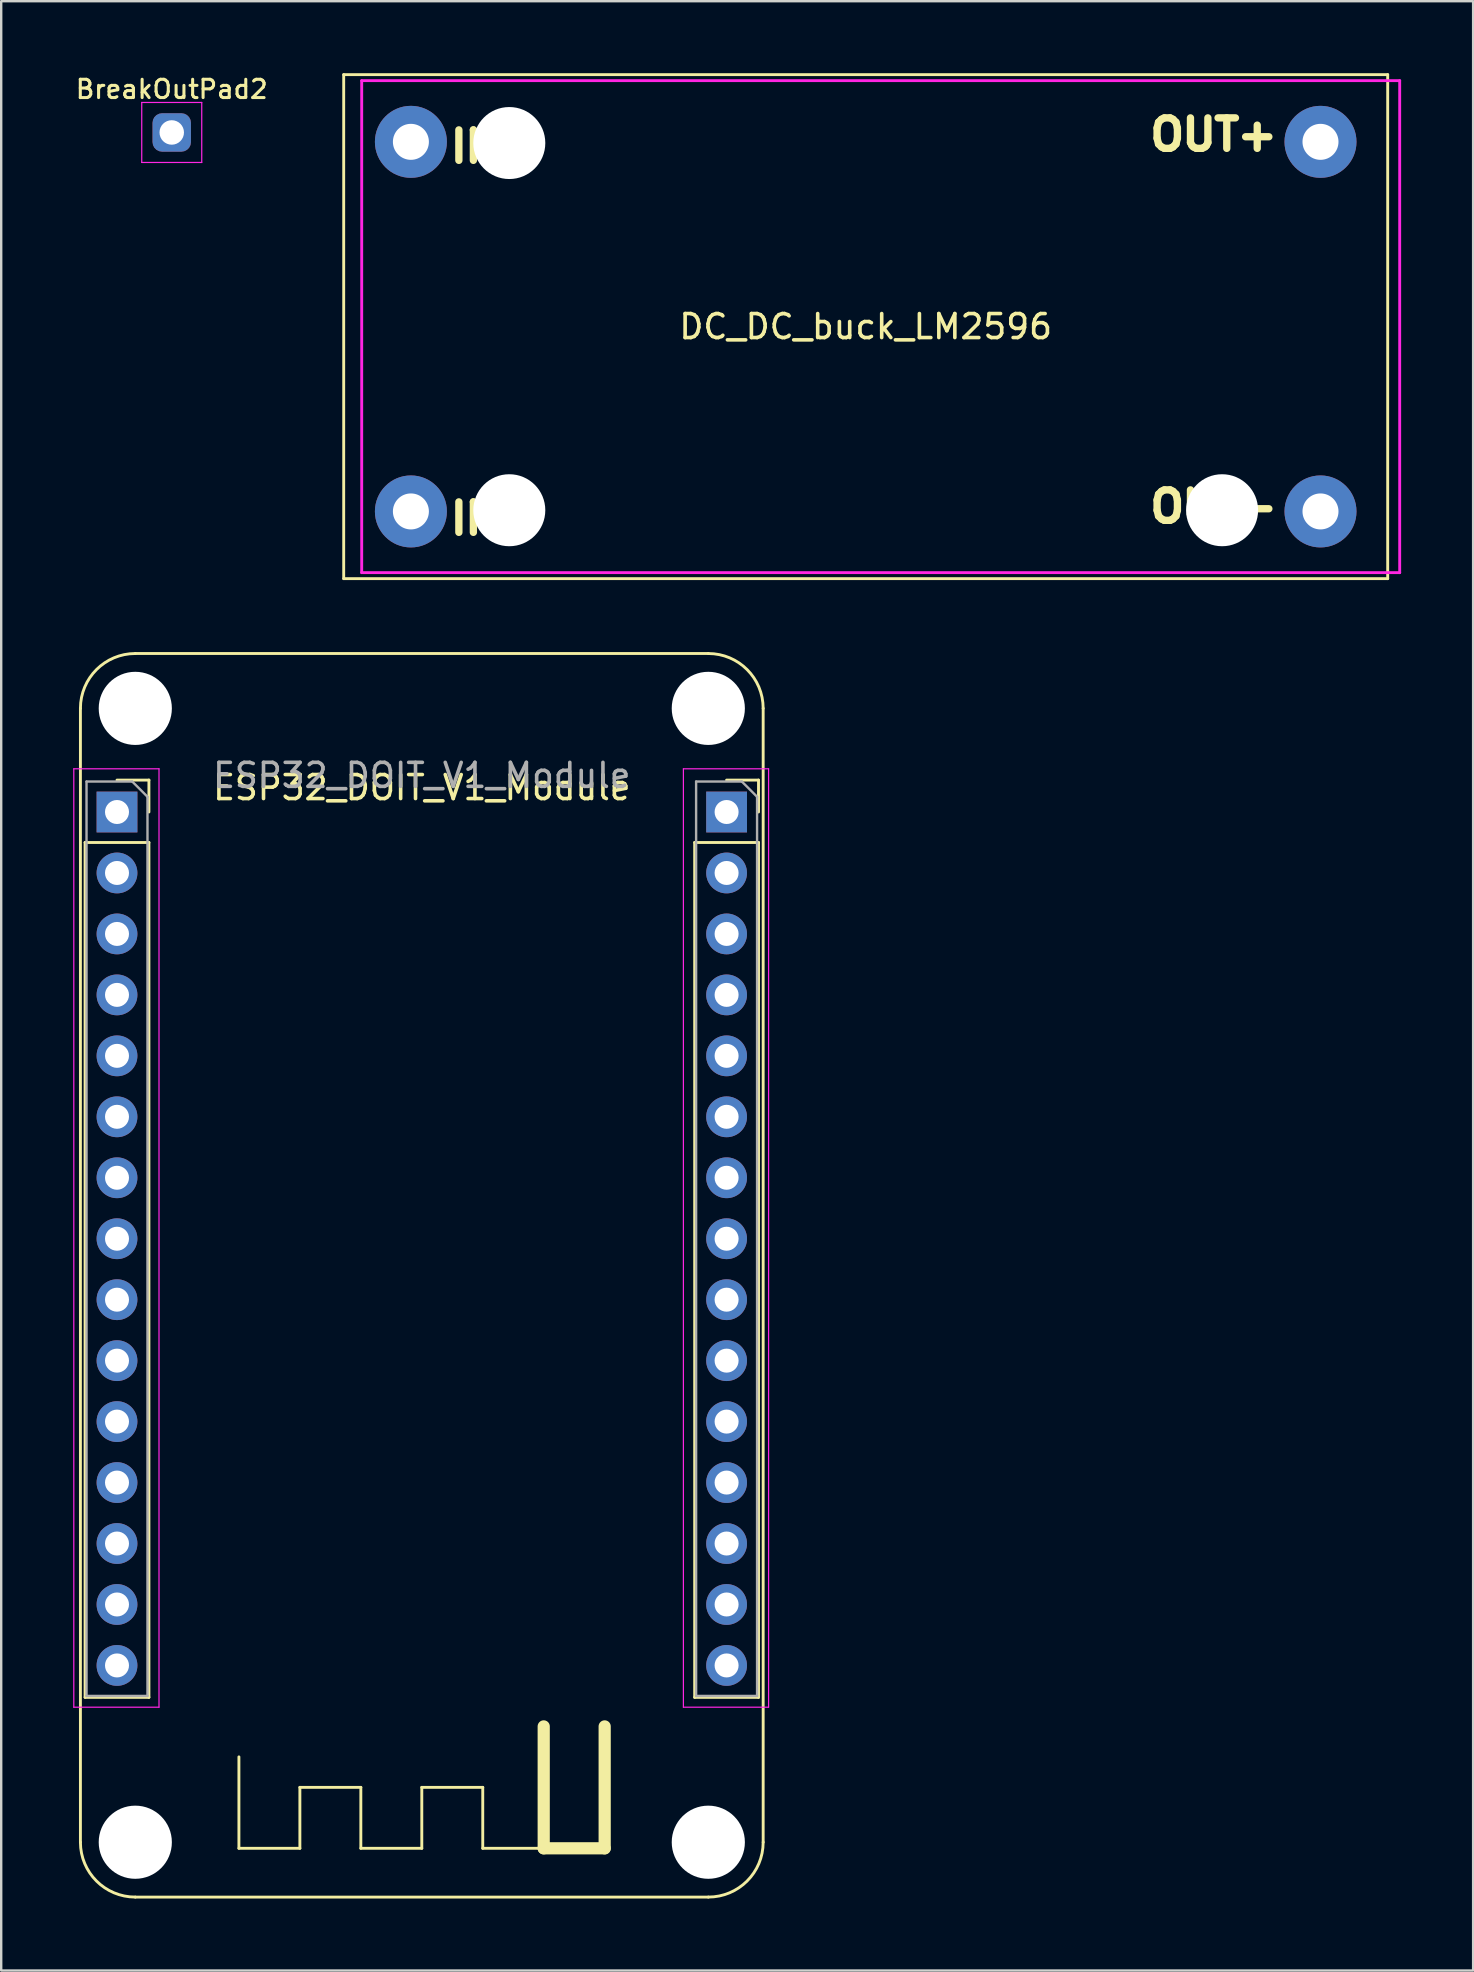
<source format=kicad_pcb>
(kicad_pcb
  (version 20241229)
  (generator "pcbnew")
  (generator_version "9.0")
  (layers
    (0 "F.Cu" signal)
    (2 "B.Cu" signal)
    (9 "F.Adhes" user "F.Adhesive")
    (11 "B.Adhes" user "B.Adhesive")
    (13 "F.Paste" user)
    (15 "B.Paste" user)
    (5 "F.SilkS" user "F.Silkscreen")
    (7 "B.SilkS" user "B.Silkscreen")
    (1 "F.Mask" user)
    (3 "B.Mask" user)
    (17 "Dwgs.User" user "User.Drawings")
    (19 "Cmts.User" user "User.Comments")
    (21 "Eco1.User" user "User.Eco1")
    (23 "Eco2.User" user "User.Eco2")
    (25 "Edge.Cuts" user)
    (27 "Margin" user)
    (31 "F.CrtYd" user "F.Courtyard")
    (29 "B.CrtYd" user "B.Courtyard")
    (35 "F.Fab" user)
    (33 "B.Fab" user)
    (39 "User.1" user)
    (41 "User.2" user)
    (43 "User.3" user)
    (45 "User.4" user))
  (footprint "ESP32_DOIT_V1_Module"
    (layer "F.Cu")
    (at 14.525 30.784)
    (property "Reference" "ESP32_DOIT_V1_Module" (at 0 -1.016 0) (layer "F.SilkS") (effects (font (size 1 1) (thickness 0.15))))
    (attr through_hole)
    (fp_line (start -14.224 -4.318) (end -14.224 42.926) (stroke (width 0.12) (type solid)) (layer "F.SilkS"))
    (fp_line (start -14.03 1.27) (end -14.03 36.89) (stroke (width 0.12) (type solid)) (layer "F.SilkS"))
    (fp_line (start -14.03 1.27) (end -11.37 1.27) (stroke (width 0.12) (type solid)) (layer "F.SilkS"))
    (fp_line (start -14.03 36.89) (end -11.37 36.89) (stroke (width 0.12) (type solid)) (layer "F.SilkS"))
    (fp_line (start -12.7 -1.33) (end -11.37 -1.33) (stroke (width 0.12) (type solid)) (layer "F.SilkS"))
    (fp_line (start -11.938 -6.604) (end 11.938 -6.604) (stroke (width 0.12) (type solid)) (layer "F.SilkS"))
    (fp_line (start -11.938 45.212) (end 11.938 45.212) (stroke (width 0.12) (type solid)) (layer "F.SilkS"))
    (fp_line (start -11.37 -1.33) (end -11.37 0) (stroke (width 0.12) (type solid)) (layer "F.SilkS"))
    (fp_line (start -11.37 1.27) (end -11.37 36.89) (stroke (width 0.12) (type solid)) (layer "F.SilkS"))
    (fp_line (start -7.62 43.18) (end -7.62 39.37) (stroke (width 0.12) (type solid)) (layer "F.SilkS"))
    (fp_line (start -5.08 40.64) (end -5.08 43.18) (stroke (width 0.12) (type solid)) (layer "F.SilkS"))
    (fp_line (start -5.08 43.18) (end -7.62 43.18) (stroke (width 0.12) (type solid)) (layer "F.SilkS"))
    (fp_line (start -2.54 40.64) (end -5.08 40.64) (stroke (width 0.12) (type solid)) (layer "F.SilkS"))
    (fp_line (start -2.54 43.18) (end -2.54 40.64) (stroke (width 0.12) (type solid)) (layer "F.SilkS"))
    (fp_line (start 0 40.64) (end 0 43.18) (stroke (width 0.12) (type solid)) (layer "F.SilkS"))
    (fp_line (start 0 43.18) (end -2.54 43.18) (stroke (width 0.12) (type solid)) (layer "F.SilkS"))
    (fp_line (start 2.54 40.64) (end 0 40.64) (stroke (width 0.12) (type solid)) (layer "F.SilkS"))
    (fp_line (start 2.54 43.18) (end 2.54 40.64) (stroke (width 0.12) (type solid)) (layer "F.SilkS"))
    (fp_line (start 5.08 43.18) (end 2.54 43.18) (stroke (width 0.12) (type solid)) (layer "F.SilkS"))
    (fp_line (start 5.08 43.18) (end 5.08 38.1) (stroke (width 0.508) (type solid)) (layer "F.SilkS"))
    (fp_line (start 7.62 38.1) (end 7.62 43.18) (stroke (width 0.508) (type solid)) (layer "F.SilkS"))
    (fp_line (start 7.62 43.18) (end 5.08 43.18) (stroke (width 0.508) (type solid)) (layer "F.SilkS"))
    (fp_line (start 11.37 1.27) (end 11.37 36.89) (stroke (width 0.12) (type solid)) (layer "F.SilkS"))
    (fp_line (start 11.37 1.27) (end 14.03 1.27) (stroke (width 0.12) (type solid)) (layer "F.SilkS"))
    (fp_line (start 11.37 36.89) (end 14.03 36.89) (stroke (width 0.12) (type solid)) (layer "F.SilkS"))
    (fp_line (start 12.7 -1.33) (end 14.03 -1.33) (stroke (width 0.12) (type solid)) (layer "F.SilkS"))
    (fp_line (start 14.03 -1.33) (end 14.03 0) (stroke (width 0.12) (type solid)) (layer "F.SilkS"))
    (fp_line (start 14.03 1.27) (end 14.03 36.89) (stroke (width 0.12) (type solid)) (layer "F.SilkS"))
    (fp_line (start 14.224 42.926) (end 14.224 -4.318) (stroke (width 0.12) (type solid)) (layer "F.SilkS"))
    (fp_arc (start -14.224 -4.318) (mid -13.554446 -5.934446) (end -11.938 -6.604) (stroke (width 0.12) (type solid)) (layer "F.SilkS"))
    (fp_arc (start -11.938 45.212) (mid -13.554446 44.542446) (end -14.224 42.926) (stroke (width 0.12) (type solid)) (layer "F.SilkS"))
    (fp_arc (start 11.938 -6.604) (mid 13.554446 -5.934446) (end 14.224 -4.318) (stroke (width 0.12) (type solid)) (layer "F.SilkS"))
    (fp_arc (start 14.224 42.926) (mid 13.554446 44.542446) (end 11.938 45.212) (stroke (width 0.12) (type solid)) (layer "F.SilkS"))
    (fp_line (start -14.5 -1.8) (end -10.95 -1.8) (stroke (width 0.05) (type solid)) (layer "F.CrtYd"))
    (fp_line (start -14.5 37.3) (end -14.5 -1.8) (stroke (width 0.05) (type solid)) (layer "F.CrtYd"))
    (fp_line (start -10.95 -1.8) (end -10.95 37.3) (stroke (width 0.05) (type solid)) (layer "F.CrtYd"))
    (fp_line (start -10.95 37.3) (end -14.5 37.3) (stroke (width 0.05) (type solid)) (layer "F.CrtYd"))
    (fp_line (start 10.9 -1.8) (end 14.45 -1.8) (stroke (width 0.05) (type solid)) (layer "F.CrtYd"))
    (fp_line (start 10.9 37.3) (end 10.9 -1.8) (stroke (width 0.05) (type solid)) (layer "F.CrtYd"))
    (fp_line (start 14.45 -1.8) (end 14.45 37.3) (stroke (width 0.05) (type solid)) (layer "F.CrtYd"))
    (fp_line (start 14.45 37.3) (end 10.9 37.3) (stroke (width 0.05) (type solid)) (layer "F.CrtYd"))
    (fp_line (start -13.97 -1.27) (end -12.065 -1.27) (stroke (width 0.1) (type solid)) (layer "F.Fab"))
    (fp_line (start -13.97 36.83) (end -13.97 -1.27) (stroke (width 0.1) (type solid)) (layer "F.Fab"))
    (fp_line (start -12.065 -1.27) (end -11.43 -0.635) (stroke (width 0.1) (type solid)) (layer "F.Fab"))
    (fp_line (start -11.43 -0.635) (end -11.43 36.83) (stroke (width 0.1) (type solid)) (layer "F.Fab"))
    (fp_line (start -11.43 36.83) (end -13.97 36.83) (stroke (width 0.1) (type solid)) (layer "F.Fab"))
    (fp_line (start 11.43 -1.27) (end 13.335 -1.27) (stroke (width 0.1) (type solid)) (layer "F.Fab"))
    (fp_line (start 11.43 36.83) (end 11.43 -1.27) (stroke (width 0.1) (type solid)) (layer "F.Fab"))
    (fp_line (start 13.335 -1.27) (end 13.97 -0.635) (stroke (width 0.1) (type solid)) (layer "F.Fab"))
    (fp_line (start 13.97 -0.635) (end 13.97 36.83) (stroke (width 0.1) (type solid)) (layer "F.Fab"))
    (fp_line (start 13.97 36.83) (end 11.43 36.83) (stroke (width 0.1) (type solid)) (layer "F.Fab"))
    (fp_text user "${REFERENCE}" (at 0 -1.524 180) (layer "F.Fab") (effects (font (size 1 1) (thickness 0.15))))
    (pad "" np_thru_hole circle (at -11.938 -4.318) (size 3.048 3.048) (drill 3.048) (layers "*.Cu" "*.Mask"))
    (pad "" np_thru_hole circle (at -11.938 42.926) (size 3.048 3.048) (drill 3.048) (layers "*.Cu" "*.Mask"))
    (pad "" np_thru_hole circle (at 11.938 -4.318) (size 3.048 3.048) (drill 3.048) (layers "*.Cu" "*.Mask"))
    (pad "" np_thru_hole circle (at 11.938 42.926) (size 3.048 3.048) (drill 3.048) (layers "*.Cu" "*.Mask"))
    (pad "1" thru_hole rect (at -12.7 0) (size 1.7 1.7) (drill 1) (layers "*.Cu" "*.Mask"))
    (pad "2" thru_hole oval (at -12.7 2.54) (size 1.7 1.7) (drill 1) (layers "*.Cu" "*.Mask"))
    (pad "3" thru_hole oval (at -12.7 5.08) (size 1.7 1.7) (drill 1) (layers "*.Cu" "*.Mask"))
    (pad "4" thru_hole oval (at -12.7 7.62) (size 1.7 1.7) (drill 1) (layers "*.Cu" "*.Mask"))
    (pad "5" thru_hole oval (at -12.7 10.16) (size 1.7 1.7) (drill 1) (layers "*.Cu" "*.Mask"))
    (pad "6" thru_hole oval (at -12.7 12.7) (size 1.7 1.7) (drill 1) (layers "*.Cu" "*.Mask"))
    (pad "7" thru_hole oval (at -12.7 15.24) (size 1.7 1.7) (drill 1) (layers "*.Cu" "*.Mask"))
    (pad "8" thru_hole oval (at -12.7 17.78) (size 1.7 1.7) (drill 1) (layers "*.Cu" "*.Mask"))
    (pad "9" thru_hole oval (at -12.7 20.32) (size 1.7 1.7) (drill 1) (layers "*.Cu" "*.Mask"))
    (pad "10" thru_hole oval (at -12.7 22.86) (size 1.7 1.7) (drill 1) (layers "*.Cu" "*.Mask"))
    (pad "11" thru_hole oval (at -12.7 25.4) (size 1.7 1.7) (drill 1) (layers "*.Cu" "*.Mask"))
    (pad "12" thru_hole oval (at -12.7 27.94) (size 1.7 1.7) (drill 1) (layers "*.Cu" "*.Mask"))
    (pad "13" thru_hole oval (at -12.7 30.48) (size 1.7 1.7) (drill 1) (layers "*.Cu" "*.Mask"))
    (pad "14" thru_hole oval (at -12.7 33.02) (size 1.7 1.7) (drill 1) (layers "*.Cu" "*.Mask"))
    (pad "15" thru_hole oval (at -12.7 35.56) (size 1.7 1.7) (drill 1) (layers "*.Cu" "*.Mask"))
    (pad "16" thru_hole oval (at 12.7 35.56) (size 1.7 1.7) (drill 1) (layers "*.Cu" "*.Mask"))
    (pad "17" thru_hole oval (at 12.7 33.02) (size 1.7 1.7) (drill 1) (layers "*.Cu" "*.Mask"))
    (pad "18" thru_hole oval (at 12.7 30.48) (size 1.7 1.7) (drill 1) (layers "*.Cu" "*.Mask"))
    (pad "19" thru_hole oval (at 12.7 27.94) (size 1.7 1.7) (drill 1) (layers "*.Cu" "*.Mask"))
    (pad "20" thru_hole oval (at 12.7 25.4) (size 1.7 1.7) (drill 1) (layers "*.Cu" "*.Mask"))
    (pad "21" thru_hole oval (at 12.7 22.86) (size 1.7 1.7) (drill 1) (layers "*.Cu" "*.Mask"))
    (pad "22" thru_hole oval (at 12.7 20.32) (size 1.7 1.7) (drill 1) (layers "*.Cu" "*.Mask"))
    (pad "23" thru_hole oval (at 12.7 17.78) (size 1.7 1.7) (drill 1) (layers "*.Cu" "*.Mask"))
    (pad "24" thru_hole oval (at 12.7 15.24) (size 1.7 1.7) (drill 1) (layers "*.Cu" "*.Mask"))
    (pad "25" thru_hole oval (at 12.7 12.7) (size 1.7 1.7) (drill 1) (layers "*.Cu" "*.Mask"))
    (pad "26" thru_hole oval (at 12.7 10.16) (size 1.7 1.7) (drill 1) (layers "*.Cu" "*.Mask"))
    (pad "27" thru_hole oval (at 12.7 7.62) (size 1.7 1.7) (drill 1) (layers "*.Cu" "*.Mask"))
    (pad "28" thru_hole oval (at 12.7 5.08) (size 1.7 1.7) (drill 1) (layers "*.Cu" "*.Mask"))
    (pad "29" thru_hole oval (at 12.7 2.54) (size 1.7 1.7) (drill 1) (layers "*.Cu" "*.Mask"))
    (pad "30" thru_hole rect (at 12.7 0) (size 1.7 1.7) (drill 1) (layers "*.Cu" "*.Mask")))
  (footprint "DC_DC_buck_LM2596"
    (layer "F.Cu")
    (at 33.021 10.56)
    (property "Reference" "DC_DC_buck_LM2596" (at 0 0 0) (layer "F.SilkS") (effects (font (size 1 1) (thickness 0.15))))
    (attr through_hole)
    (fp_line (start -21.75 -10.5) (end 21.75 -10.5) (stroke (width 0.12) (type solid)) (layer "F.SilkS"))
    (fp_line (start -21.75 10.5) (end -21.75 -10.5) (stroke (width 0.12) (type solid)) (layer "F.SilkS"))
    (fp_line (start 21.75 -10.5) (end 21.75 10.5) (stroke (width 0.12) (type solid)) (layer "F.SilkS"))
    (fp_line (start 21.75 10.5) (end -21.75 10.5) (stroke (width 0.12) (type solid)) (layer "F.SilkS"))
    (fp_line (start -21 -10.25) (end 22.25 -10.25) (stroke (width 0.12) (type solid)) (layer "F.CrtYd"))
    (fp_line (start -21 10.25) (end -21 -10.25) (stroke (width 0.12) (type solid)) (layer "F.CrtYd"))
    (fp_line (start 22.25 -10.25) (end 22.25 10.25) (stroke (width 0.12) (type solid)) (layer "F.CrtYd"))
    (fp_line (start 22.25 10.25) (end -21 10.25) (stroke (width 0.12) (type solid)) (layer "F.CrtYd"))
    (fp_text user "OUT+" (at 14.5 -8 0) (layer "F.SilkS") (effects (font (size 1.27 1.27) (thickness 0.305))))
    (fp_text user "OUT-" (at 14.5 7.5 0) (layer "F.SilkS") (effects (font (size 1.27 1.27) (thickness 0.305))))
    (fp_text user "IN+" (at -15.5 -7.5 0) (layer "F.SilkS") (effects (font (size 1.27 1.27) (thickness 0.305))))
    (fp_text user "IN-" (at -15.5 8 0) (layer "F.SilkS") (effects (font (size 1.27 1.27) (thickness 0.305))))
    (pad "" np_thru_hole circle (at -14.85 -7.65) (size 3 3) (drill 3) (layers "*.Cu" "*.Mask"))
    (pad "" np_thru_hole circle (at -14.85 7.65) (size 3 3) (drill 3) (layers "*.Cu" "*.Mask"))
    (pad "" np_thru_hole circle (at 14.85 7.65) (size 3 3) (drill 3) (layers "*.Cu" "*.Mask"))
    (pad "GND" thru_hole circle (at 18.95 7.7) (size 3 3) (drill 1.5) (layers "*.Cu" "*.Mask"))
    (pad "GNDPWR" thru_hole circle (at -18.95 7.7) (size 3 3) (drill 1.5) (layers "*.Cu" "*.Mask"))
    (pad "VIN" thru_hole circle (at -18.95 -7.7) (size 3 3) (drill 1.5) (layers "*.Cu" "*.Mask"))
    (pad "VO" thru_hole circle (at 18.95 -7.7) (size 3 3) (drill 1.5) (layers "*.Cu" "*.Mask")))
  (footprint "BreakOutPad2"
    (layer "F.Cu")
    (at 4.106 2.469)
    (property "Reference" "BreakOutPad2" (at 0 -1.8 0) (layer "F.SilkS") (effects (font (size 0.762 0.762) (thickness 0.127))))
    (attr through_hole)
    (fp_line (start -1.25 -1.25) (end 1.25 -1.25) (stroke (width 0.05) (type solid)) (layer "F.CrtYd"))
    (fp_line (start -1.25 1.25) (end -1.25 -1.25) (stroke (width 0.05) (type solid)) (layer "F.CrtYd"))
    (fp_line (start 1.25 -1.25) (end 1.25 1.25) (stroke (width 0.05) (type solid)) (layer "F.CrtYd"))
    (fp_line (start 1.25 1.25) (end -1.25 1.25) (stroke (width 0.05) (type solid)) (layer "F.CrtYd"))
    (pad "1" thru_hole roundrect (at 0 0) (size 1.6 1.6) (drill 1.02) (layers "*.Cu" "*.Mask") (roundrect_rratio 0.25)))
  (gr_rect
    (start -3 -3)
    (end 58.331 79.056)
    (stroke (width 0.1) (type default))
    (fill no)
    (layer "Edge.Cuts")))
</source>
